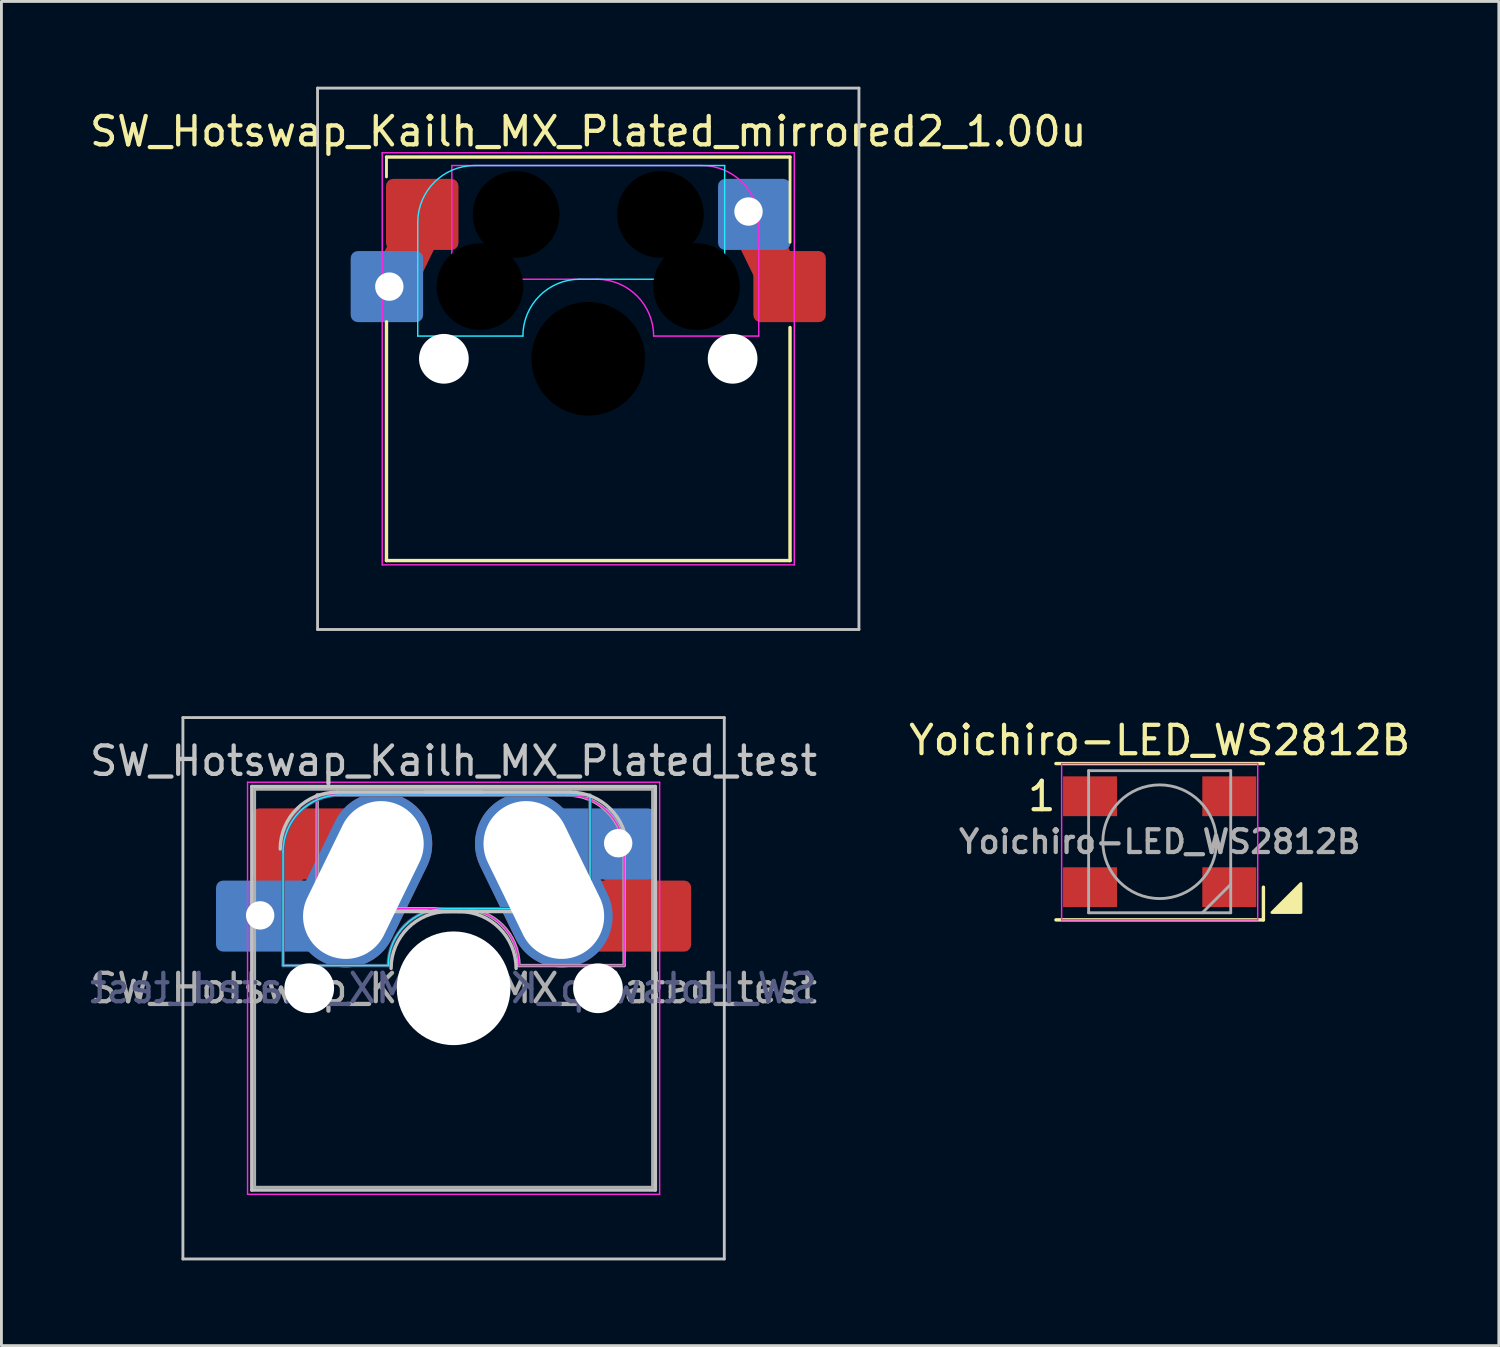
<source format=kicad_pcb>
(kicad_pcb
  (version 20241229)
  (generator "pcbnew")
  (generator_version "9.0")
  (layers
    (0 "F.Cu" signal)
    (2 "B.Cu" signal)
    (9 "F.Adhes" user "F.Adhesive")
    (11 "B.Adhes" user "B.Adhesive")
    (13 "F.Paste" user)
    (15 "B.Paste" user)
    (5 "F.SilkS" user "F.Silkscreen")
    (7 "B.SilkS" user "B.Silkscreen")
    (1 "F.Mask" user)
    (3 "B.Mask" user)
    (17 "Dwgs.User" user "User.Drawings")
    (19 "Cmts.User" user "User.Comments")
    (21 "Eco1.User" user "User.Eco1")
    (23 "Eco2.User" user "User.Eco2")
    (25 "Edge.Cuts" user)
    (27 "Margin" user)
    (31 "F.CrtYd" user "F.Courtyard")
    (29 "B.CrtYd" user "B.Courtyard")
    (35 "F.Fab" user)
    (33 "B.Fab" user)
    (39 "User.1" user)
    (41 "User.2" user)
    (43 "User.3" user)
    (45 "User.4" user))
  (footprint "SW_Hotswap_Kailh_MX_Plated_mirrored2_1.00u"
    (layer "F.Cu")
    (at 17.649 9.575)
    (property "Reference" "SW_Hotswap_Kailh_MX_Plated_mirrored2_1.00u" (at 0 -8 0) (layer "F.SilkS") (effects (font (size 1 1) (thickness 0.15))))
    (fp_line (start -7.1 -7.1) (end -7.1 -6.4) (stroke (width 0.1) (type default)) (layer "F.SilkS"))
    (fp_line (start -7.1 -1.3) (end -7.1 7.1) (stroke (width 0.12) (type solid)) (layer "F.SilkS"))
    (fp_line (start -7.1 7.1) (end 7.1 7.1) (stroke (width 0.12) (type solid)) (layer "F.SilkS"))
    (fp_line (start 7.1 -7.1) (end -7.1 -7.1) (stroke (width 0.12) (type solid)) (layer "F.SilkS"))
    (fp_line (start 7.1 -7.1) (end 7.1 -4.1) (stroke (width 0.1) (type default)) (layer "F.SilkS"))
    (fp_line (start 7.1 7.1) (end 7.1 -1.1) (stroke (width 0.12) (type solid)) (layer "F.SilkS"))
    (fp_line (start -9.525 -9.525) (end -9.525 9.525) (stroke (width 0.1) (type solid)) (layer "Dwgs.User"))
    (fp_line (start -9.525 9.525) (end 9.525 9.525) (stroke (width 0.1) (type solid)) (layer "Dwgs.User"))
    (fp_line (start 9.525 -9.525) (end -9.525 -9.525) (stroke (width 0.1) (type solid)) (layer "Dwgs.User"))
    (fp_line (start 9.525 9.525) (end 9.525 -9.525) (stroke (width 0.1) (type solid)) (layer "Dwgs.User"))
    (fp_line (start -7.8 -6) (end -7 -6) (stroke (width 0.1) (type solid)) (layer "Eco1.User"))
    (fp_line (start -7.8 -2.9) (end -7.8 -6) (stroke (width 0.1) (type solid)) (layer "Eco1.User"))
    (fp_line (start -7.8 2.9) (end -7 2.9) (stroke (width 0.1) (type solid)) (layer "Eco1.User"))
    (fp_line (start -7.8 6) (end -7.8 2.9) (stroke (width 0.1) (type solid)) (layer "Eco1.User"))
    (fp_line (start -7 -7) (end 7 -7) (stroke (width 0.1) (type solid)) (layer "Eco1.User"))
    (fp_line (start -7 -6) (end -7 -7) (stroke (width 0.1) (type solid)) (layer "Eco1.User"))
    (fp_line (start -7 -2.9) (end -7.8 -2.9) (stroke (width 0.1) (type solid)) (layer "Eco1.User"))
    (fp_line (start -7 2.9) (end -7 -2.9) (stroke (width 0.1) (type solid)) (layer "Eco1.User"))
    (fp_line (start -7 6) (end -7.8 6) (stroke (width 0.1) (type solid)) (layer "Eco1.User"))
    (fp_line (start -7 7) (end -7 6) (stroke (width 0.1) (type solid)) (layer "Eco1.User"))
    (fp_line (start 7 -7) (end 7 -6) (stroke (width 0.1) (type solid)) (layer "Eco1.User"))
    (fp_line (start 7 -6) (end 7.8 -6) (stroke (width 0.1) (type solid)) (layer "Eco1.User"))
    (fp_line (start 7 -2.9) (end 7 2.9) (stroke (width 0.1) (type solid)) (layer "Eco1.User"))
    (fp_line (start 7 -2.9) (end 7.8 -2.9) (stroke (width 0.1) (type solid)) (layer "Eco1.User"))
    (fp_line (start 7 2.9) (end 7.8 2.9) (stroke (width 0.1) (type solid)) (layer "Eco1.User"))
    (fp_line (start 7 6) (end 7 7) (stroke (width 0.1) (type solid)) (layer "Eco1.User"))
    (fp_line (start 7 7) (end -7 7) (stroke (width 0.1) (type solid)) (layer "Eco1.User"))
    (fp_line (start 7.8 -6) (end 7.8 -2.9) (stroke (width 0.1) (type solid)) (layer "Eco1.User"))
    (fp_line (start 7.8 -2.9) (end 7 -2.9) (stroke (width 0.1) (type solid)) (layer "Eco1.User"))
    (fp_line (start 7.8 2.9) (end 7.8 6) (stroke (width 0.1) (type solid)) (layer "Eco1.User"))
    (fp_line (start 7.8 6) (end 7 6) (stroke (width 0.1) (type solid)) (layer "Eco1.User"))
    (fp_line (start -6 -0.8) (end -6 -4.8) (stroke (width 0.05) (type solid)) (layer "B.CrtYd"))
    (fp_line (start -6 -0.8) (end -2.3 -0.8) (stroke (width 0.05) (type solid)) (layer "B.CrtYd"))
    (fp_line (start -4 -6.8) (end 4.8 -6.8) (stroke (width 0.05) (type solid)) (layer "B.CrtYd"))
    (fp_line (start -0.3 -2.8) (end 4.8 -2.8) (stroke (width 0.05) (type solid)) (layer "B.CrtYd"))
    (fp_line (start 4.8 -6.8) (end 4.8 -2.8) (stroke (width 0.05) (type solid)) (layer "B.CrtYd"))
    (fp_arc (start -6 -4.8) (mid -5.414214 -6.214214) (end -4 -6.8) (stroke (width 0.05) (type solid)) (layer "B.CrtYd"))
    (fp_arc (start -2.3 -0.8) (mid -1.714214 -2.214214) (end -0.3 -2.8) (stroke (width 0.05) (type solid)) (layer "B.CrtYd"))
    (fp_line (start -7.25 -7.25) (end -7.25 7.25) (stroke (width 0.05) (type solid)) (layer "F.CrtYd"))
    (fp_line (start -7.25 7.25) (end 7.25 7.25) (stroke (width 0.05) (type solid)) (layer "F.CrtYd"))
    (fp_line (start -4.8 -6.8) (end -4.8 -2.8) (stroke (width 0.05) (type solid)) (layer "F.CrtYd"))
    (fp_line (start 0.3 -2.8) (end -4.8 -2.8) (stroke (width 0.05) (type solid)) (layer "F.CrtYd"))
    (fp_line (start 4 -6.8) (end -4.8 -6.8) (stroke (width 0.05) (type solid)) (layer "F.CrtYd"))
    (fp_line (start 6 -0.8) (end 2.3 -0.8) (stroke (width 0.05) (type solid)) (layer "F.CrtYd"))
    (fp_line (start 6 -0.8) (end 6 -4.8) (stroke (width 0.05) (type solid)) (layer "F.CrtYd"))
    (fp_line (start 7.25 -7.25) (end -7.25 -7.25) (stroke (width 0.05) (type solid)) (layer "F.CrtYd"))
    (fp_line (start 7.25 7.25) (end 7.25 -7.25) (stroke (width 0.05) (type solid)) (layer "F.CrtYd"))
    (fp_arc (start 0.3 -2.8) (mid 1.714214 -2.214214) (end 2.3 -0.8) (stroke (width 0.05) (type solid)) (layer "F.CrtYd"))
    (fp_arc (start 4 -6.8) (mid 5.414214 -6.214214) (end 6 -4.8) (stroke (width 0.05) (type solid)) (layer "F.CrtYd"))
    (pad "" np_thru_hole circle (at -5.08 0) (size 1.75 1.75) (drill 1.75) (layers "*.Cu" "*.Mask"))
    (pad "" np_thru_hole circle (at -3.81 -2.54) (size 3.05 3.05) (drill 3.05) (layers))
    (pad "" np_thru_hole circle (at -2.54 -5.08) (size 3.05 3.05) (drill 3.05) (layers))
    (pad "" np_thru_hole circle (at 0 0) (size 4 4) (drill 4) (layers))
    (pad "" np_thru_hole circle (at 2.54 -5.08) (size 3.05 3.05) (drill 3.05) (layers))
    (pad "" np_thru_hole circle (at 3.81 -2.54) (size 3.05 3.05) (drill 3.05) (layers))
    (pad "" np_thru_hole circle (at 5.08 0) (size 1.75 1.75) (drill 1.75) (layers "*.Cu" "*.Mask"))
    (pad "1" smd roundrect (at -7.085 -2.54) (size 2.55 2.5) (layers "B.Cu" "B.Mask" "B.Paste") (roundrect_rratio 0.1))
    (pad "1" thru_hole circle (at -7 -2.54) (size 2 2) (drill 1) (layers "*.Cu" "*.Mask"))
    (pad "1" smd roundrect (at -6.223 -3.962 64) (size 3.634 1.533) (layers "F.Cu") (roundrect_rratio 0.15))
    (pad "1" smd roundrect (at -5.842 -5.08) (size 2.55 2.5) (layers "F.Cu" "F.Mask" "F.Paste") (roundrect_rratio 0.1))
    (pad "2" thru_hole circle (at 5.639 -5.182) (size 2 2) (drill 1) (layers "*.Cu" "*.Mask"))
    (pad "2" smd roundrect (at 5.842 -5.08) (size 2.55 2.5) (layers "B.Cu" "B.Mask" "B.Paste") (roundrect_rratio 0.1))
    (pad "2" smd roundrect (at 6.35 -3.581 116) (size 3.634 1.533) (layers "F.Cu") (roundrect_rratio 0.15))
    (pad "2" smd roundrect (at 7.085 -2.54) (size 2.55 2.5) (layers "F.Cu" "F.Mask" "F.Paste") (roundrect_rratio 0.1)))
  (footprint "Yoichiro-LED_WS2812B"
    (layer "F.Cu")
    (at 37.756 26.568)
    (property "Reference" "Yoichiro-LED_WS2812B" (at 0 -3.57 0) (layer "F.SilkS") (effects (font (size 1 1) (thickness 0.15))))
    (attr through_hole)
    (fp_line (start -3.65 -2.75) (end 3.65 -2.75) (stroke (width 0.12) (type solid)) (layer "F.SilkS"))
    (fp_line (start -3.65 2.75) (end 3.65 2.75) (stroke (width 0.12) (type solid)) (layer "F.SilkS"))
    (fp_line (start 3.65 2.75) (end 3.65 1.6) (stroke (width 0.12) (type solid)) (layer "F.SilkS"))
    (fp_poly (pts (xy 4.97 2.49) (xy 3.95 2.49) (xy 4.97 1.47)) (stroke (width 0.1) (type solid)) (fill yes) (layer "F.SilkS"))
    (fp_line (start -3.45 -2.75) (end -3.45 2.75) (stroke (width 0.05) (type solid)) (layer "F.CrtYd"))
    (fp_line (start -3.45 2.75) (end 3.45 2.75) (stroke (width 0.05) (type solid)) (layer "F.CrtYd"))
    (fp_line (start 3.45 -2.75) (end -3.45 -2.75) (stroke (width 0.05) (type solid)) (layer "F.CrtYd"))
    (fp_line (start 3.45 2.75) (end 3.45 -2.75) (stroke (width 0.05) (type solid)) (layer "F.CrtYd"))
    (fp_line (start -2.5 -2.5) (end -2.5 2.5) (stroke (width 0.1) (type solid)) (layer "F.Fab"))
    (fp_line (start -2.5 2.5) (end 2.5 2.5) (stroke (width 0.1) (type solid)) (layer "F.Fab"))
    (fp_line (start 2.5 -2.5) (end -2.5 -2.5) (stroke (width 0.1) (type solid)) (layer "F.Fab"))
    (fp_line (start 2.5 1.5) (end 1.5 2.5) (stroke (width 0.1) (type solid)) (layer "F.Fab"))
    (fp_line (start 2.5 2.5) (end 2.5 -2.5) (stroke (width 0.1) (type solid)) (layer "F.Fab"))
    (fp_circle (center 0 0) (end 0 -2) (stroke (width 0.1) (type solid)) (fill no) (layer "F.Fab"))
    (fp_text user "1" (at -4.15 -1.6 0) (layer "F.SilkS") (effects (font (size 1 1) (thickness 0.15))))
    (fp_text user "${REFERENCE}" (at 0 0 0) (layer "F.Fab") (effects (font (size 0.8 0.8) (thickness 0.15))))
    (pad "1" smd rect (at -2.45 -1.6) (size 1.9 1.4) (layers "F.Cu" "F.Mask" "F.Paste"))
    (pad "2" smd rect (at -2.45 1.6) (size 1.9 1.4) (layers "F.Cu" "F.Mask" "F.Paste"))
    (pad "3" smd rect (at 2.45 1.6) (size 1.9 1.4) (layers "F.Cu" "F.Mask" "F.Paste"))
    (pad "4" smd rect (at 2.45 -1.6) (size 1.9 1.4) (layers "F.Cu" "F.Mask" "F.Paste")))
  (footprint "SW_Hotswap_Kailh_MX_Plated_test"
    (layer "F.Cu")
    (at 12.911 31.725)
    (property "Reference" "SW_Hotswap_Kailh_MX_Plated_test" (at 0 -8 0) (layer "Dwgs.User") (effects (font (size 1 1) (thickness 0.15))))
    (attr smd)
    (fp_line (start -9.525 -9.525) (end -9.525 9.525) (stroke (width 0.1) (type solid)) (layer "Dwgs.User"))
    (fp_line (start -9.525 9.525) (end 9.525 9.525) (stroke (width 0.1) (type solid)) (layer "Dwgs.User"))
    (fp_line (start -7.1 -7.1) (end -7.1 7.1) (stroke (width 0.12) (type solid)) (layer "Dwgs.User"))
    (fp_line (start -7.1 7.1) (end 7.1 7.1) (stroke (width 0.12) (type solid)) (layer "Dwgs.User"))
    (fp_line (start -4.1 -6.9) (end 1 -6.9) (stroke (width 0.12) (type solid)) (layer "Dwgs.User"))
    (fp_line (start -0.2 -2.7) (end 4.9 -2.7) (stroke (width 0.12) (type solid)) (layer "Dwgs.User"))
    (fp_line (start 0.2 -2.7) (end -4.9 -2.7) (stroke (width 0.12) (type solid)) (layer "Dwgs.User"))
    (fp_line (start 4.1 -6.9) (end -1 -6.9) (stroke (width 0.12) (type solid)) (layer "Dwgs.User"))
    (fp_line (start 7.1 -7.1) (end -7.1 -7.1) (stroke (width 0.12) (type solid)) (layer "Dwgs.User"))
    (fp_line (start 7.1 7.1) (end 7.1 -7.1) (stroke (width 0.12) (type solid)) (layer "Dwgs.User"))
    (fp_line (start 9.525 -9.525) (end -9.525 -9.525) (stroke (width 0.1) (type solid)) (layer "Dwgs.User"))
    (fp_line (start 9.525 9.525) (end 9.525 -9.525) (stroke (width 0.1) (type solid)) (layer "Dwgs.User"))
    (fp_arc (start -6.1 -4.9) (mid -5.514214 -6.314214) (end -4.1 -6.9) (stroke (width 0.12) (type solid)) (layer "Dwgs.User"))
    (fp_arc (start -2.2 -0.7) (mid -1.614214 -2.114214) (end -0.2 -2.7) (stroke (width 0.12) (type solid)) (layer "Dwgs.User"))
    (fp_arc (start 0.2 -2.7) (mid 1.614214 -2.114214) (end 2.2 -0.7) (stroke (width 0.12) (type solid)) (layer "Dwgs.User"))
    (fp_arc (start 4.1 -6.9) (mid 5.514214 -6.314214) (end 6.1 -4.9) (stroke (width 0.12) (type solid)) (layer "Dwgs.User"))
    (fp_line (start -7.8 -6) (end -7 -6) (stroke (width 0.1) (type solid)) (layer "Eco1.User"))
    (fp_line (start -7.8 -2.9) (end -7.8 -6) (stroke (width 0.1) (type solid)) (layer "Eco1.User"))
    (fp_line (start -7.8 2.9) (end -7 2.9) (stroke (width 0.1) (type solid)) (layer "Eco1.User"))
    (fp_line (start -7.8 6) (end -7.8 2.9) (stroke (width 0.1) (type solid)) (layer "Eco1.User"))
    (fp_line (start -7 -7) (end 7 -7) (stroke (width 0.1) (type solid)) (layer "Eco1.User"))
    (fp_line (start -7 -6) (end -7 -7) (stroke (width 0.1) (type solid)) (layer "Eco1.User"))
    (fp_line (start -7 -2.9) (end -7.8 -2.9) (stroke (width 0.1) (type solid)) (layer "Eco1.User"))
    (fp_line (start -7 2.9) (end -7 -2.9) (stroke (width 0.1) (type solid)) (layer "Eco1.User"))
    (fp_line (start -7 6) (end -7.8 6) (stroke (width 0.1) (type solid)) (layer "Eco1.User"))
    (fp_line (start -7 7) (end -7 6) (stroke (width 0.1) (type solid)) (layer "Eco1.User"))
    (fp_line (start 7 -7) (end 7 -6) (stroke (width 0.1) (type solid)) (layer "Eco1.User"))
    (fp_line (start 7 -6) (end 7.8 -6) (stroke (width 0.1) (type solid)) (layer "Eco1.User"))
    (fp_line (start 7 -2.9) (end 7 2.9) (stroke (width 0.1) (type solid)) (layer "Eco1.User"))
    (fp_line (start 7 -2.9) (end 7.8 -2.9) (stroke (width 0.1) (type solid)) (layer "Eco1.User"))
    (fp_line (start 7 2.9) (end 7.8 2.9) (stroke (width 0.1) (type solid)) (layer "Eco1.User"))
    (fp_line (start 7 6) (end 7 7) (stroke (width 0.1) (type solid)) (layer "Eco1.User"))
    (fp_line (start 7 7) (end -7 7) (stroke (width 0.1) (type solid)) (layer "Eco1.User"))
    (fp_line (start 7.8 -6) (end 7.8 -2.9) (stroke (width 0.1) (type solid)) (layer "Eco1.User"))
    (fp_line (start 7.8 -2.9) (end 7 -2.9) (stroke (width 0.1) (type solid)) (layer "Eco1.User"))
    (fp_line (start 7.8 2.9) (end 7.8 6) (stroke (width 0.1) (type solid)) (layer "Eco1.User"))
    (fp_line (start 7.8 6) (end 7 6) (stroke (width 0.1) (type solid)) (layer "Eco1.User"))
    (fp_line (start -6 -0.8) (end -6 -4.8) (stroke (width 0.05) (type solid)) (layer "B.CrtYd"))
    (fp_line (start -6 -0.8) (end -2.3 -0.8) (stroke (width 0.05) (type solid)) (layer "B.CrtYd"))
    (fp_line (start -4 -6.8) (end 4.8 -6.8) (stroke (width 0.05) (type solid)) (layer "B.CrtYd"))
    (fp_line (start -0.3 -2.8) (end 4.8 -2.8) (stroke (width 0.05) (type solid)) (layer "B.CrtYd"))
    (fp_line (start 4.8 -6.8) (end 4.8 -2.8) (stroke (width 0.05) (type solid)) (layer "B.CrtYd"))
    (fp_arc (start -6 -4.8) (mid -5.414214 -6.214214) (end -4 -6.8) (stroke (width 0.05) (type solid)) (layer "B.CrtYd"))
    (fp_arc (start -2.3 -0.8) (mid -1.714214 -2.214214) (end -0.3 -2.8) (stroke (width 0.05) (type solid)) (layer "B.CrtYd"))
    (fp_line (start -7.25 -7.25) (end -7.25 7.25) (stroke (width 0.05) (type solid)) (layer "F.CrtYd"))
    (fp_line (start -7.25 7.25) (end 7.25 7.25) (stroke (width 0.05) (type solid)) (layer "F.CrtYd"))
    (fp_line (start -4.8 -6.8) (end -4.8 -2.8) (stroke (width 0.05) (type solid)) (layer "F.CrtYd"))
    (fp_line (start 0.3 -2.8) (end -4.8 -2.8) (stroke (width 0.05) (type solid)) (layer "F.CrtYd"))
    (fp_line (start 4 -6.8) (end -4.8 -6.8) (stroke (width 0.05) (type solid)) (layer "F.CrtYd"))
    (fp_line (start 6 -0.8) (end 2.3 -0.8) (stroke (width 0.05) (type solid)) (layer "F.CrtYd"))
    (fp_line (start 6 -0.8) (end 6 -4.8) (stroke (width 0.05) (type solid)) (layer "F.CrtYd"))
    (fp_line (start 7.25 -7.25) (end -7.25 -7.25) (stroke (width 0.05) (type solid)) (layer "F.CrtYd"))
    (fp_line (start 7.25 7.25) (end 7.25 -7.25) (stroke (width 0.05) (type solid)) (layer "F.CrtYd"))
    (fp_arc (start 0.3 -2.8) (mid 1.714214 -2.214214) (end 2.3 -0.8) (stroke (width 0.05) (type solid)) (layer "F.CrtYd"))
    (fp_arc (start 4 -6.8) (mid 5.414214 -6.214214) (end 6 -4.8) (stroke (width 0.05) (type solid)) (layer "F.CrtYd"))
    (fp_line (start -6 -0.8) (end -6 -4.8) (stroke (width 0.12) (type solid)) (layer "B.Fab"))
    (fp_line (start -6 -0.8) (end -2.3 -0.8) (stroke (width 0.12) (type solid)) (layer "B.Fab"))
    (fp_line (start -4 -6.8) (end 4.8 -6.8) (stroke (width 0.12) (type solid)) (layer "B.Fab"))
    (fp_line (start -0.3 -2.8) (end 4.8 -2.8) (stroke (width 0.12) (type solid)) (layer "B.Fab"))
    (fp_line (start 4.8 -6.8) (end 4.8 -2.8) (stroke (width 0.12) (type solid)) (layer "B.Fab"))
    (fp_arc (start -6 -4.8) (mid -5.414214 -6.214214) (end -4 -6.8) (stroke (width 0.12) (type solid)) (layer "B.Fab"))
    (fp_arc (start -2.3 -0.8) (mid -1.714214 -2.214214) (end -0.3 -2.8) (stroke (width 0.12) (type solid)) (layer "B.Fab"))
    (fp_line (start -7 -7) (end -7 7) (stroke (width 0.1) (type solid)) (layer "F.Fab"))
    (fp_line (start -7 7) (end 7 7) (stroke (width 0.1) (type solid)) (layer "F.Fab"))
    (fp_line (start -4.8 -6.8) (end -4.8 -2.8) (stroke (width 0.12) (type solid)) (layer "F.Fab"))
    (fp_line (start 0.3 -2.8) (end -4.8 -2.8) (stroke (width 0.12) (type solid)) (layer "F.Fab"))
    (fp_line (start 4 -6.8) (end -4.8 -6.8) (stroke (width 0.12) (type solid)) (layer "F.Fab"))
    (fp_line (start 6 -0.8) (end 2.3 -0.8) (stroke (width 0.12) (type solid)) (layer "F.Fab"))
    (fp_line (start 6 -0.8) (end 6 -4.8) (stroke (width 0.12) (type solid)) (layer "F.Fab"))
    (fp_line (start 7 -7) (end -7 -7) (stroke (width 0.1) (type solid)) (layer "F.Fab"))
    (fp_line (start 7 7) (end 7 -7) (stroke (width 0.1) (type solid)) (layer "F.Fab"))
    (fp_arc (start 0.3 -2.8) (mid 1.714214 -2.214214) (end 2.3 -0.8) (stroke (width 0.12) (type solid)) (layer "F.Fab"))
    (fp_arc (start 4 -6.8) (mid 5.414214 -6.214214) (end 6 -4.8) (stroke (width 0.12) (type solid)) (layer "F.Fab"))
    (fp_text user "${REFERENCE}" (at 0 0 0) (layer "B.Fab") (effects (font (size 1 1) (thickness 0.15)) (justify mirror)))
    (fp_text user "${REFERENCE}" (at 0 0 0) (layer "F.Fab") (effects (font (size 1 1) (thickness 0.15))))
    (pad "" smd roundrect (at -7.085 -2.54) (size 2.55 2.5) (layers "B.Mask" "B.Paste") (roundrect_rratio 0.1))
    (pad "" smd roundrect (at -5.842 -5.08) (size 2.55 2.5) (layers "F.Mask" "F.Paste") (roundrect_rratio 0.1))
    (pad "" np_thru_hole circle (at -5.08 0) (size 1.75 1.75) (drill 1.75) (layers "*.Cu" "*.Mask"))
    (pad "" np_thru_hole oval (at -3.175 -3.81 334) (size 3.6 6.44) (drill oval 3 5.84) (layers "*.Cu" "*.Mask"))
    (pad "" np_thru_hole circle (at 0 0) (size 4 4) (drill 4) (layers "*.Cu" "*.Mask"))
    (pad "" np_thru_hole oval (at 3.175 -3.81 206) (size 3.6 6.44) (drill oval 3 5.84) (layers "*.Cu" "*.Mask"))
    (pad "" np_thru_hole circle (at 5.08 0) (size 1.75 1.75) (drill 1.75) (layers "*.Cu" "*.Mask"))
    (pad "" smd roundrect (at 5.842 -5.08) (size 2.55 2.5) (layers "B.Mask" "B.Paste") (roundrect_rratio 0.1))
    (pad "" smd roundrect (at 7.085 -2.54) (size 2.55 2.5) (layers "F.Mask" "F.Paste") (roundrect_rratio 0.1))
    (pad "1" thru_hole circle (at -6.807 -2.565) (size 2 2) (drill 1) (layers "*.Cu" "*.Mask"))
    (pad "1" smd roundrect (at -6.585 -2.54) (size 3.55 2.5) (layers "B.Cu") (roundrect_rratio 0.1))
    (pad "1" smd roundrect (at -5.918 -4.318 64) (size 3.634 1.533) (layers "F.Cu") (roundrect_rratio 0.1))
    (pad "1" smd roundrect (at -5.32 -5.08) (size 3.55 2.5) (layers "F.Cu") (roundrect_rratio 0.1))
    (pad "2" smd roundrect (at 5.32 -5.08) (size 3.55 2.5) (layers "B.Cu") (roundrect_rratio 0.1))
    (pad "2" thru_hole circle (at 5.791 -5.105) (size 2 2) (drill 1) (layers "*.Cu" "*.Mask"))
    (pad "2" smd roundrect (at 6.172 -3.785 116) (size 3.634 1.533) (layers "F.Cu") (roundrect_rratio 0.1))
    (pad "2" smd roundrect (at 6.585 -2.54) (size 3.55 2.5) (layers "F.Cu") (roundrect_rratio 0.1)))
  (gr_rect
    (start -3 -3)
    (end 49.69 44.3)
    (stroke (width 0.1) (type default))
    (fill no)
    (layer "Edge.Cuts")))
</source>
